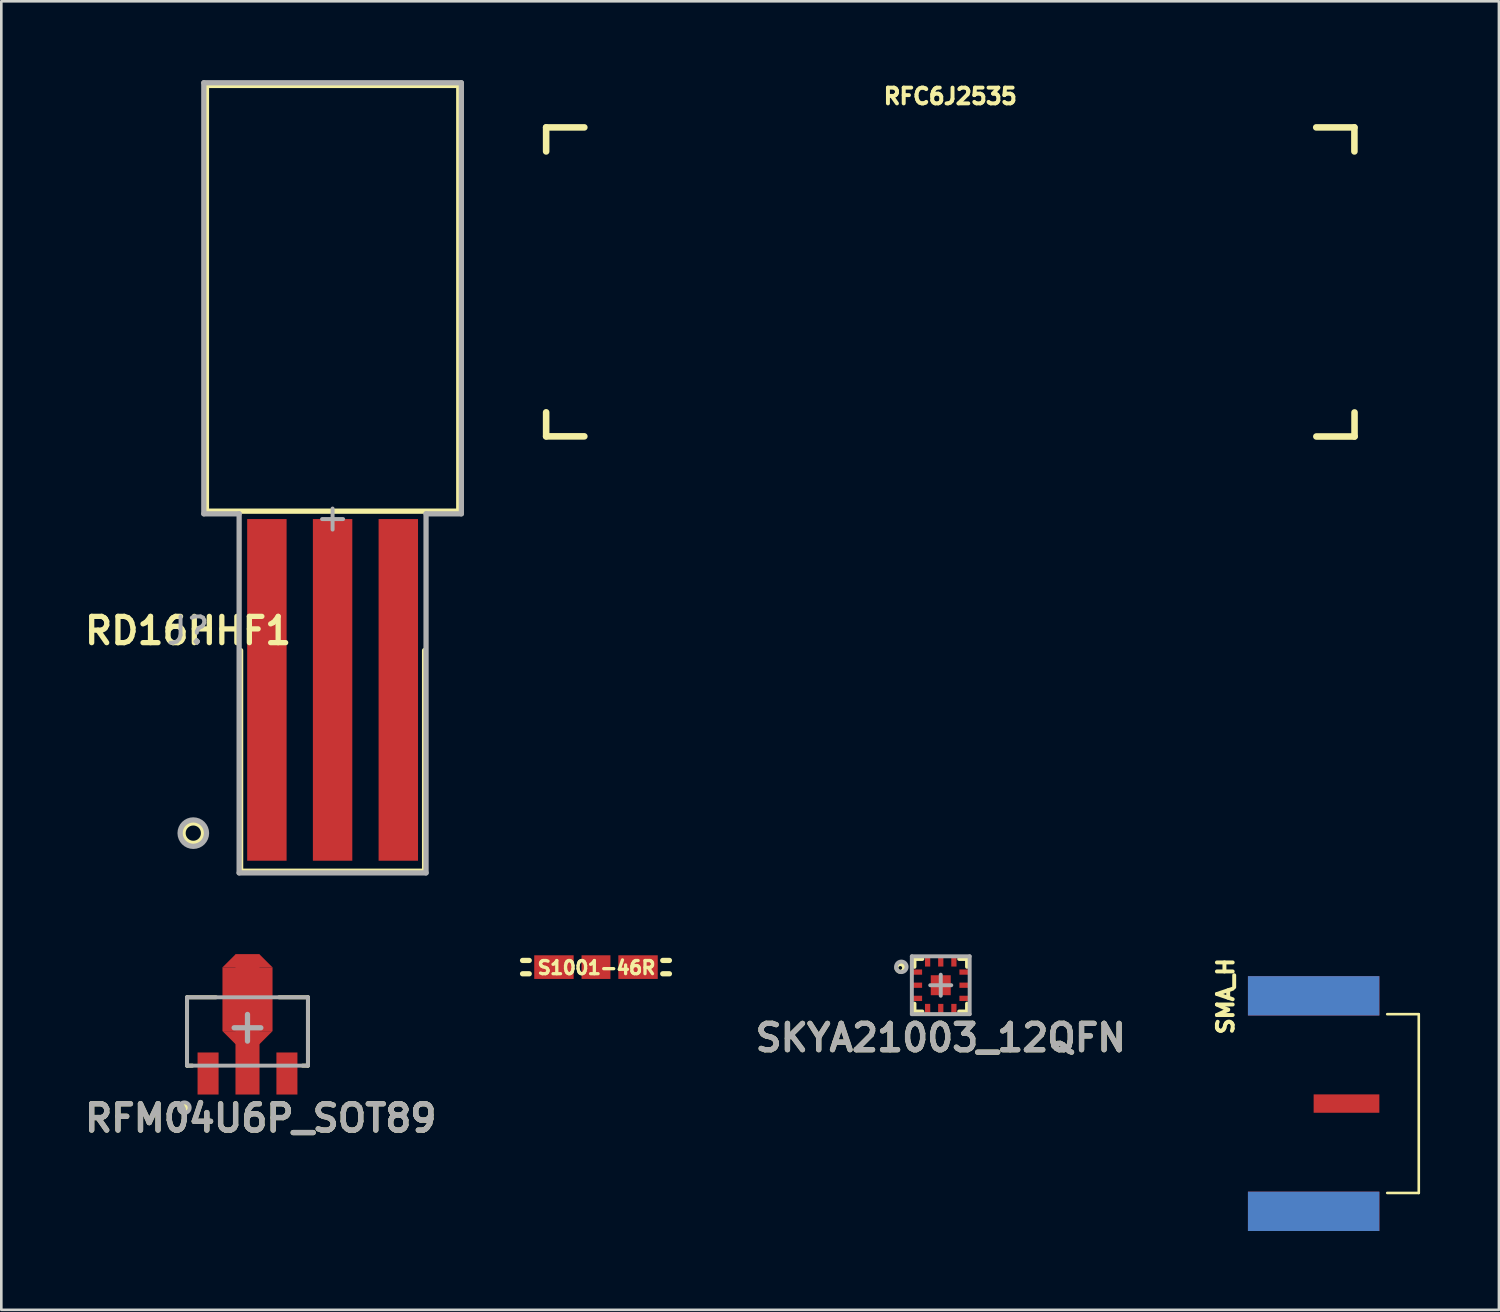
<source format=kicad_pcb>
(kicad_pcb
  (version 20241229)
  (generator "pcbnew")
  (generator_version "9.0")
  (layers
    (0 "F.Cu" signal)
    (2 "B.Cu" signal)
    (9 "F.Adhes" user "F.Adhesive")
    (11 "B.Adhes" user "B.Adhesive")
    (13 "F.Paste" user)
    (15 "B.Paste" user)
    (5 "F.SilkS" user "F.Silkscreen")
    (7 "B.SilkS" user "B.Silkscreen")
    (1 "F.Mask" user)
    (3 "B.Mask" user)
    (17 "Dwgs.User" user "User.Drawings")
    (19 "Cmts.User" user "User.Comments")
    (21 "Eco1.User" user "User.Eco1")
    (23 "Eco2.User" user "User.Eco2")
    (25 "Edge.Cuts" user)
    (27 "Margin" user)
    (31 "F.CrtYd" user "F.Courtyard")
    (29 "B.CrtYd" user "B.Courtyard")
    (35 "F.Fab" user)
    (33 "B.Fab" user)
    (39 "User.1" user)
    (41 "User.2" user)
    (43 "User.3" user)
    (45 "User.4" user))
  (footprint "RD16HHF1"
    (layer "F.Cu")
    (at 9.605 16.7)
    (property "Reference" "RD16HHF1" (at -5.5 4.25 0) (layer "F.SilkS") (effects (font (size 1 1) (thickness 0.2))))
    (attr smd)
    (fp_line (start -4.8 -16.5) (end -4.8 -0.3) (stroke (width 0.2) (type solid)) (layer "F.SilkS"))
    (fp_line (start -4.8 -16.5) (end 4.8 -16.5) (stroke (width 0.2) (type solid)) (layer "F.SilkS"))
    (fp_line (start -4.8 -0.3) (end 4.8 -0.3) (stroke (width 0.2) (type solid)) (layer "F.SilkS"))
    (fp_line (start -3.5 13.4) (end -3.5 5) (stroke (width 0.2) (type solid)) (layer "F.SilkS"))
    (fp_line (start 3.5 13.35) (end 3.5 5) (stroke (width 0.2) (type solid)) (layer "F.SilkS"))
    (fp_line (start 3.5 13.4) (end -3.5 13.4) (stroke (width 0.2) (type solid)) (layer "F.SilkS"))
    (fp_line (start 4.8 -16.5) (end 4.8 -0.3) (stroke (width 0.2) (type solid)) (layer "F.SilkS"))
    (fp_circle (center -5.3 11.95) (end -5 12.2) (stroke (width 0.2) (type solid)) (fill no) (layer "F.SilkS"))
    (fp_line (start -4.9 -16.6) (end -4.9 -0.2) (stroke (width 0.2) (type solid)) (layer "F.Fab"))
    (fp_line (start -4.9 -0.2) (end -3.556 -0.2) (stroke (width 0.2) (type solid)) (layer "F.Fab"))
    (fp_line (start -3.556 -0.2) (end -3.556 13.462) (stroke (width 0.2) (type solid)) (layer "F.Fab"))
    (fp_line (start -3.556 13.462) (end 3.556 13.462) (stroke (width 0.2) (type solid)) (layer "F.Fab"))
    (fp_line (start -0.4 0) (end 0.4 0) (stroke (width 0.15) (type solid)) (layer "F.Fab"))
    (fp_line (start 0 -0.4) (end 0 0.4) (stroke (width 0.15) (type solid)) (layer "F.Fab"))
    (fp_line (start 3.556 -0.2) (end 4.9 -0.2) (stroke (width 0.2) (type solid)) (layer "F.Fab"))
    (fp_line (start 3.556 13.462) (end 3.556 -0.2) (stroke (width 0.2) (type solid)) (layer "F.Fab"))
    (fp_line (start 4.9 -16.6) (end -4.9 -16.6) (stroke (width 0.2) (type solid)) (layer "F.Fab"))
    (fp_line (start 4.9 -0.2) (end 4.9 -16.6) (stroke (width 0.2) (type solid)) (layer "F.Fab"))
    (fp_circle (center -5.3 11.95) (end -4.8 11.9) (stroke (width 0.2) (type solid)) (fill no) (layer "F.Fab"))
    (fp_text user "J?" (at -5.5 4.25 0) (layer "F.Fab") (effects (font (size 1 1) (thickness 0.15))))
    (pad "1" smd rect (at -2.5 6.5) (size 1.5 13) (layers "F.Cu" "F.Mask" "F.Paste"))
    (pad "2" smd rect (at 0 6.5) (size 1.5 13) (layers "F.Cu" "F.Mask" "F.Paste"))
    (pad "3" smd rect (at 2.5 6.5) (size 1.5 13) (layers "F.Cu" "F.Mask" "F.Paste")))
  (footprint "SKYA21003_12QFN"
    (layer "F.Cu")
    (at 32.745 34.437)
    (property "Reference" "SKYA21003_12QFN" (at 0 2 0) (layer "F.SilkS") (effects (font (size 1 1) (thickness 0.2))))
    (attr through_hole)
    (fp_line (start -1 -1) (end -1 -0.7) (stroke (width 0.15) (type solid)) (layer "F.SilkS"))
    (fp_line (start -1 -1) (end -0.7 -1) (stroke (width 0.15) (type solid)) (layer "F.SilkS"))
    (fp_line (start -1 0.7) (end -1 1) (stroke (width 0.15) (type solid)) (layer "F.SilkS"))
    (fp_line (start -1 1) (end -0.7 1) (stroke (width 0.15) (type solid)) (layer "F.SilkS"))
    (fp_line (start 1 -1) (end 0.7 -1) (stroke (width 0.15) (type solid)) (layer "F.SilkS"))
    (fp_line (start 1 -0.7) (end 1 -1) (stroke (width 0.15) (type solid)) (layer "F.SilkS"))
    (fp_line (start 1 0.7) (end 1 1) (stroke (width 0.15) (type solid)) (layer "F.SilkS"))
    (fp_line (start 1 1) (end 0.7 1) (stroke (width 0.15) (type solid)) (layer "F.SilkS"))
    (fp_circle (center -1.54 -0.66) (end -1.433 -0.56) (stroke (width 0.152) (type solid)) (fill no) (layer "F.SilkS"))
    (fp_line (start -1.1 -1.1) (end -1.1 1.1) (stroke (width 0.15) (type solid)) (layer "F.Fab"))
    (fp_line (start -0.4 0) (end 0.4 0) (stroke (width 0.15) (type solid)) (layer "F.Fab"))
    (fp_line (start 0 -0.4) (end 0 0.4) (stroke (width 0.15) (type solid)) (layer "F.Fab"))
    (fp_line (start 1.1 -1.1) (end -1.1 -1.1) (stroke (width 0.15) (type solid)) (layer "F.Fab"))
    (fp_line (start 1.1 -1.1) (end 1.1 1.1) (stroke (width 0.15) (type solid)) (layer "F.Fab"))
    (fp_line (start 1.1 1.1) (end -1.1 1.1) (stroke (width 0.15) (type solid)) (layer "F.Fab"))
    (fp_circle (center -1.5 -0.7) (end -1.3 -0.7) (stroke (width 0.15) (type solid)) (fill no) (layer "F.Fab"))
    (fp_text user "${REFERENCE}" (at 0 2 0) (layer "F.Fab") (effects (font (size 1 1) (thickness 0.2))))
    (pad "1" smd rect (at -0.93 -0.5) (size 0.44 0.2) (layers "F.Cu" "F.Mask" "F.Paste"))
    (pad "1" smd rect (at 0 0) (size 0.76 0.76) (layers "F.Cu" "F.Mask" "F.Paste"))
    (pad "2" smd rect (at -0.93 0) (size 0.44 0.2) (layers "F.Cu" "F.Mask" "F.Paste"))
    (pad "3" smd rect (at -0.93 0.5) (size 0.44 0.2) (layers "F.Cu" "F.Mask" "F.Paste"))
    (pad "4" smd rect (at -0.5 0.93) (size 0.2 0.44) (layers "F.Cu" "F.Mask" "F.Paste"))
    (pad "5" smd rect (at 0 0.93) (size 0.2 0.44) (layers "F.Cu" "F.Mask" "F.Paste"))
    (pad "6" smd rect (at 0.5 0.93) (size 0.2 0.44) (layers "F.Cu" "F.Mask" "F.Paste"))
    (pad "7" smd rect (at 0.93 0.5) (size 0.44 0.2) (layers "F.Cu" "F.Mask" "F.Paste"))
    (pad "8" smd rect (at 0.93 0) (size 0.44 0.2) (layers "F.Cu" "F.Mask" "F.Paste"))
    (pad "9" smd rect (at 0.93 -0.5) (size 0.44 0.2) (layers "F.Cu" "F.Mask" "F.Paste"))
    (pad "10" smd rect (at 0.5 -0.93) (size 0.2 0.44) (layers "F.Cu" "F.Mask" "F.Paste"))
    (pad "11" smd rect (at 0 -0.93) (size 0.2 0.44) (layers "F.Cu" "F.Mask" "F.Paste"))
    (pad "12" smd rect (at -0.5 -0.93) (size 0.2 0.44) (layers "F.Cu" "F.Mask" "F.Paste")))
  (footprint "S1001-46R"
    (layer "F.Cu")
    (at 19.627 33.748)
    (property "Reference" "S1001-46R" (at 0.02 0.025 0) (layer "F.SilkS") (effects (font (size 0.5 0.5) (thickness 0.125))))
    (attr through_hole)
    (fp_line (start -2.54 -0.254) (end -2.794 -0.254) (stroke (width 0.2) (type solid)) (layer "F.SilkS"))
    (fp_line (start -2.54 0.254) (end -2.794 0.254) (stroke (width 0.2) (type solid)) (layer "F.SilkS"))
    (fp_line (start 2.54 -0.254) (end 2.794 -0.254) (stroke (width 0.2) (type solid)) (layer "F.SilkS"))
    (fp_line (start 2.54 0.254) (end 2.794 0.254) (stroke (width 0.2) (type solid)) (layer "F.SilkS"))
    (pad "" smd rect (at -1.6 0) (size 1.5 0.9) (layers "F.Cu" "F.Mask" "F.Paste"))
    (pad "" smd rect (at 0 0) (size 1.1 0.9) (layers "F.Cu" "F.Mask" "F.Paste"))
    (pad "" smd rect (at 1.6 0) (size 1.5 0.9) (layers "F.Cu" "F.Mask" "F.Paste")))
  (footprint "RFC6J2535"
    (layer "F.Cu")
    (at 33.107 7.675)
    (property "Reference" "RFC6J2535" (at 0 -7.061 0) (layer "F.SilkS") (effects (font (size 0.6 0.6) (thickness 0.15))))
    (attr smd)
    (fp_line (start -15.377 -5.878) (end -13.924 -5.878) (stroke (width 0.25) (type solid)) (layer "F.SilkS"))
    (fp_line (start -15.377 -4.963) (end -15.377 -5.878) (stroke (width 0.25) (type solid)) (layer "F.SilkS"))
    (fp_line (start -15.377 5.878) (end -15.377 4.963) (stroke (width 0.25) (type solid)) (layer "F.SilkS"))
    (fp_line (start -15.377 5.878) (end -13.924 5.878) (stroke (width 0.25) (type solid)) (layer "F.SilkS"))
    (fp_line (start 15.377 -5.878) (end 13.924 -5.878) (stroke (width 0.25) (type solid)) (layer "F.SilkS"))
    (fp_line (start 15.377 -4.963) (end 15.377 -5.878) (stroke (width 0.25) (type solid)) (layer "F.SilkS"))
    (fp_line (start 15.382 5.883) (end 13.929 5.883) (stroke (width 0.25) (type solid)) (layer "F.SilkS"))
    (fp_line (start 15.382 5.883) (end 15.382 4.968) (stroke (width 0.25) (type solid)) (layer "F.SilkS")))
  (footprint "SMA_H"
    (layer "F.Cu")
    (at 46.933 38.94)
    (property "Reference" "SMA_H" (at -3.35 -4.084 90) (layer "F.SilkS") (effects (font (size 0.6 0.6) (thickness 0.15))))
    (attr smd)
    (fp_line (start 2.799 -3.401) (end 3.998 -3.401) (stroke (width 0.099) (type solid)) (layer "F.SilkS"))
    (fp_line (start 4 -3.401) (end 4 3.401) (stroke (width 0.099) (type solid)) (layer "F.SilkS"))
    (fp_line (start 4 3.401) (end 2.799 3.401) (stroke (width 0.099) (type solid)) (layer "F.SilkS"))
    (pad "1" smd rect (at 1.25 0) (size 2.5 0.699) (layers "F.Cu" "F.Mask" "F.Paste"))
    (pad "2" smd rect (at 0 4.1) (size 5 1.496) (layers "F.Cu" "F.Mask" "F.Paste"))
    (pad "3" smd rect (at 0 -4.1) (size 5 1.496) (layers "F.Cu" "F.Mask" "F.Paste"))
    (pad "4" smd rect (at 0 4.1) (size 5 1.496) (layers "B.Cu" "B.Mask" "B.Paste"))
    (pad "5" smd rect (at 0 -4.1) (size 5 1.496) (layers "B.Cu" "B.Mask" "B.Paste")))
  (footprint "RFM04U6P_SOT89"
    (layer "F.Cu")
    (at 6.367 36.056)
    (property "Reference" "RFM04U6P_SOT89" (at 0.5 3.44 0) (layer "F.SilkS") (effects (font (size 1 1) (thickness 0.2))))
    (attr through_hole)
    (fp_line (start -2.3 -1.16) (end -1.2 -1.16) (stroke (width 0.15) (type solid)) (layer "F.SilkS"))
    (fp_line (start -2.3 1.44) (end -2.3 -1.16) (stroke (width 0.15) (type solid)) (layer "F.SilkS"))
    (fp_line (start -2.3 1.44) (end -2.1 1.44) (stroke (width 0.15) (type solid)) (layer "F.SilkS"))
    (fp_line (start 1.2 -1.16) (end 2.3 -1.16) (stroke (width 0.15) (type solid)) (layer "F.SilkS"))
    (fp_line (start 2.1 1.44) (end 2.3 1.44) (stroke (width 0.15) (type solid)) (layer "F.SilkS"))
    (fp_line (start 2.3 1.44) (end 2.3 -1.16) (stroke (width 0.15) (type solid)) (layer "F.SilkS"))
    (fp_circle (center -2.44 3.08) (end -2.333 3.18) (stroke (width 0.152) (type solid)) (fill no) (layer "F.SilkS"))
    (fp_line (start -2.3 1.44) (end -2.3 -1.16) (stroke (width 0.15) (type solid)) (layer "F.Fab"))
    (fp_line (start -0.508 0) (end 0.508 0) (stroke (width 0.2) (type solid)) (layer "F.Fab"))
    (fp_line (start 0 -0.508) (end 0 0.508) (stroke (width 0.2) (type solid)) (layer "F.Fab"))
    (fp_line (start 2.3 -1.16) (end -2.3 -1.16) (stroke (width 0.15) (type solid)) (layer "F.Fab"))
    (fp_line (start 2.3 1.44) (end -2.3 1.44) (stroke (width 0.15) (type solid)) (layer "F.Fab"))
    (fp_line (start 2.3 1.44) (end 2.3 -1.16) (stroke (width 0.15) (type solid)) (layer "F.Fab"))
    (fp_circle (center -2.4 3.04) (end -2.2 3.04) (stroke (width 0.15) (type solid)) (fill no) (layer "F.Fab"))
    (fp_text user "${REFERENCE}" (at 0.5 3.44 0) (layer "F.Fab") (effects (font (size 1 1) (thickness 0.2))))
    (pad "1" smd rect (at -1.5 1.74) (size 0.8 1.6) (layers "F.Cu" "F.Mask" "F.Paste"))
    (pad "2" smd trapezoid (at 0 -2.546) (size 1.41 0.495) (rect_delta 0 0.495) (layers "F.Cu" "F.Mask" "F.Paste"))
    (pad "2" smd rect (at 0 -1.086) (size 1.905 2.426) (layers "F.Cu" "F.Mask" "F.Paste"))
    (pad "2" smd rect (at 0 -0.127) (size 0.914 5.334) (layers "F.Cu" "F.Mask" "F.Paste"))
    (pad "2" smd trapezoid (at 0 0.375 180) (size 1.41 0.495) (rect_delta 0 0.495) (layers "F.Cu" "F.Mask" "F.Paste"))
    (pad "3" smd rect (at 1.5 1.74) (size 0.8 1.6) (layers "F.Cu" "F.Mask" "F.Paste")))
  (gr_rect
    (start -3 -3)
    (end 53.983 46.788)
    (stroke (width 0.1) (type default))
    (fill no)
    (layer "Edge.Cuts")))
</source>
